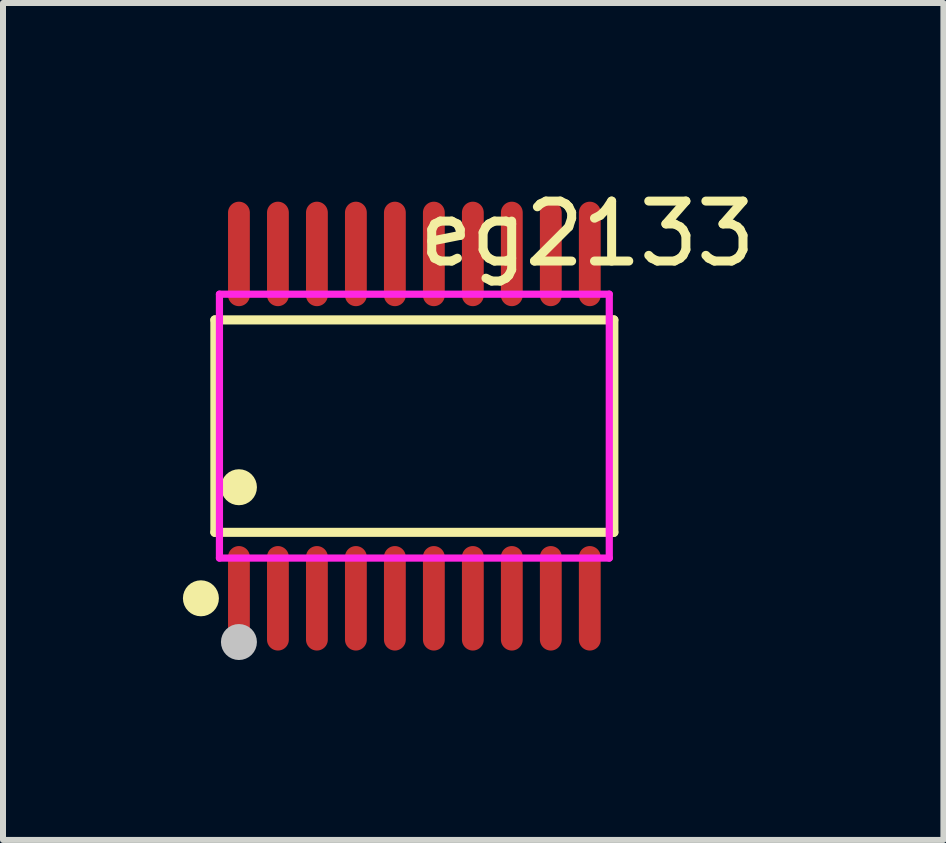
<source format=kicad_pcb>
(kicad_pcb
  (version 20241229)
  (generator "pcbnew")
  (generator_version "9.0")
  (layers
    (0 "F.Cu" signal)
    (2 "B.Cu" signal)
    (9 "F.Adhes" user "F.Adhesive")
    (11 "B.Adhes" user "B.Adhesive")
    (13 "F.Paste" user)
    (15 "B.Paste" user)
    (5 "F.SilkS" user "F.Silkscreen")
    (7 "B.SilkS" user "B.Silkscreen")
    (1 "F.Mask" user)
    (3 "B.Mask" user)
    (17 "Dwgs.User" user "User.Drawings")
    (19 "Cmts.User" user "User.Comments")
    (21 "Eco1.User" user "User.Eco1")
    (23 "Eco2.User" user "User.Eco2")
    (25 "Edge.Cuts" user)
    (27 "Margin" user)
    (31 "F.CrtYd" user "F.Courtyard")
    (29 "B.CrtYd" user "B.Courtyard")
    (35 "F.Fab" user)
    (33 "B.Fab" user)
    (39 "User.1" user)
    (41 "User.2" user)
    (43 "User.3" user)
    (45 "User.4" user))
  (footprint "eg2133"
    (layer "F.Cu")
    (at 3.859 4.055)
    (property "Reference" "eg2133" (at 0 -3.207 0) (layer "F.SilkS") (effects (font (size 1 1) (thickness 0.15)) (justify left)))
    (attr through_hole)
    (fp_line (start -3.326 -1.771) (end 3.326 -1.771) (stroke (width 0.152) (type solid)) (layer "F.SilkS"))
    (fp_line (start -3.326 1.771) (end -3.326 -1.771) (stroke (width 0.152) (type solid)) (layer "F.SilkS"))
    (fp_line (start 3.326 -1.771) (end 3.326 1.771) (stroke (width 0.152) (type solid)) (layer "F.SilkS"))
    (fp_line (start 3.326 1.771) (end -3.326 1.771) (stroke (width 0.152) (type solid)) (layer "F.SilkS"))
    (fp_circle (center -3.559 2.871) (end -3.409 2.871) (stroke (width 0.3) (type solid)) (fill no) (layer "F.SilkS"))
    (fp_circle (center -2.925 1.019) (end -2.775 1.019) (stroke (width 0.3) (type solid)) (fill no) (layer "F.SilkS"))
    (fp_circle (center -2.925 3.6) (end -2.775 3.6) (stroke (width 0.3) (type solid)) (fill no) (layer "Dwgs.User"))
    (fp_line (start -3.055 -2.61) (end -3.055 -2.19) (stroke (width 0.12) (type solid)) (layer "Eco2.User"))
    (fp_line (start -3.055 -2.19) (end -2.795 -2.19) (stroke (width 0.12) (type solid)) (layer "Eco2.User"))
    (fp_line (start -3.055 2.19) (end -2.795 2.19) (stroke (width 0.12) (type solid)) (layer "Eco2.User"))
    (fp_line (start -3.055 2.61) (end -3.055 2.19) (stroke (width 0.12) (type solid)) (layer "Eco2.User"))
    (fp_line (start -2.795 -2.61) (end -3.055 -2.61) (stroke (width 0.12) (type solid)) (layer "Eco2.User"))
    (fp_line (start -2.795 -2.19) (end -2.795 -2.61) (stroke (width 0.12) (type solid)) (layer "Eco2.User"))
    (fp_line (start -2.795 2.19) (end -2.795 2.61) (stroke (width 0.12) (type solid)) (layer "Eco2.User"))
    (fp_line (start -2.795 2.61) (end -3.055 2.61) (stroke (width 0.12) (type solid)) (layer "Eco2.User"))
    (fp_line (start -2.405 -2.61) (end -2.405 -2.19) (stroke (width 0.12) (type solid)) (layer "Eco2.User"))
    (fp_line (start -2.405 -2.19) (end -2.145 -2.19) (stroke (width 0.12) (type solid)) (layer "Eco2.User"))
    (fp_line (start -2.405 2.19) (end -2.145 2.19) (stroke (width 0.12) (type solid)) (layer "Eco2.User"))
    (fp_line (start -2.405 2.61) (end -2.405 2.19) (stroke (width 0.12) (type solid)) (layer "Eco2.User"))
    (fp_line (start -2.145 -2.61) (end -2.405 -2.61) (stroke (width 0.12) (type solid)) (layer "Eco2.User"))
    (fp_line (start -2.145 -2.19) (end -2.145 -2.61) (stroke (width 0.12) (type solid)) (layer "Eco2.User"))
    (fp_line (start -2.145 2.19) (end -2.145 2.61) (stroke (width 0.12) (type solid)) (layer "Eco2.User"))
    (fp_line (start -2.145 2.61) (end -2.405 2.61) (stroke (width 0.12) (type solid)) (layer "Eco2.User"))
    (fp_line (start -1.755 -2.61) (end -1.755 -2.19) (stroke (width 0.12) (type solid)) (layer "Eco2.User"))
    (fp_line (start -1.755 -2.19) (end -1.495 -2.19) (stroke (width 0.12) (type solid)) (layer "Eco2.User"))
    (fp_line (start -1.755 2.19) (end -1.495 2.19) (stroke (width 0.12) (type solid)) (layer "Eco2.User"))
    (fp_line (start -1.755 2.61) (end -1.755 2.19) (stroke (width 0.12) (type solid)) (layer "Eco2.User"))
    (fp_line (start -1.495 -2.61) (end -1.755 -2.61) (stroke (width 0.12) (type solid)) (layer "Eco2.User"))
    (fp_line (start -1.495 -2.19) (end -1.495 -2.61) (stroke (width 0.12) (type solid)) (layer "Eco2.User"))
    (fp_line (start -1.495 2.19) (end -1.495 2.61) (stroke (width 0.12) (type solid)) (layer "Eco2.User"))
    (fp_line (start -1.495 2.61) (end -1.755 2.61) (stroke (width 0.12) (type solid)) (layer "Eco2.User"))
    (fp_line (start -1.105 -2.61) (end -1.105 -2.19) (stroke (width 0.12) (type solid)) (layer "Eco2.User"))
    (fp_line (start -1.105 -2.19) (end -0.845 -2.19) (stroke (width 0.12) (type solid)) (layer "Eco2.User"))
    (fp_line (start -1.105 2.19) (end -0.845 2.19) (stroke (width 0.12) (type solid)) (layer "Eco2.User"))
    (fp_line (start -1.105 2.61) (end -1.105 2.19) (stroke (width 0.12) (type solid)) (layer "Eco2.User"))
    (fp_line (start -0.845 -2.61) (end -1.105 -2.61) (stroke (width 0.12) (type solid)) (layer "Eco2.User"))
    (fp_line (start -0.845 -2.19) (end -0.845 -2.61) (stroke (width 0.12) (type solid)) (layer "Eco2.User"))
    (fp_line (start -0.845 2.19) (end -0.845 2.61) (stroke (width 0.12) (type solid)) (layer "Eco2.User"))
    (fp_line (start -0.845 2.61) (end -1.105 2.61) (stroke (width 0.12) (type solid)) (layer "Eco2.User"))
    (fp_line (start -0.455 -2.61) (end -0.455 -2.19) (stroke (width 0.12) (type solid)) (layer "Eco2.User"))
    (fp_line (start -0.455 -2.19) (end -0.195 -2.19) (stroke (width 0.12) (type solid)) (layer "Eco2.User"))
    (fp_line (start -0.455 2.19) (end -0.195 2.19) (stroke (width 0.12) (type solid)) (layer "Eco2.User"))
    (fp_line (start -0.455 2.61) (end -0.455 2.19) (stroke (width 0.12) (type solid)) (layer "Eco2.User"))
    (fp_line (start -0.195 -2.61) (end -0.455 -2.61) (stroke (width 0.12) (type solid)) (layer "Eco2.User"))
    (fp_line (start -0.195 -2.19) (end -0.195 -2.61) (stroke (width 0.12) (type solid)) (layer "Eco2.User"))
    (fp_line (start -0.195 2.19) (end -0.195 2.61) (stroke (width 0.12) (type solid)) (layer "Eco2.User"))
    (fp_line (start -0.195 2.61) (end -0.455 2.61) (stroke (width 0.12) (type solid)) (layer "Eco2.User"))
    (fp_line (start 0.195 -2.61) (end 0.195 -2.19) (stroke (width 0.12) (type solid)) (layer "Eco2.User"))
    (fp_line (start 0.195 -2.19) (end 0.455 -2.19) (stroke (width 0.12) (type solid)) (layer "Eco2.User"))
    (fp_line (start 0.195 2.19) (end 0.455 2.19) (stroke (width 0.12) (type solid)) (layer "Eco2.User"))
    (fp_line (start 0.195 2.61) (end 0.195 2.19) (stroke (width 0.12) (type solid)) (layer "Eco2.User"))
    (fp_line (start 0.455 -2.61) (end 0.195 -2.61) (stroke (width 0.12) (type solid)) (layer "Eco2.User"))
    (fp_line (start 0.455 -2.19) (end 0.455 -2.61) (stroke (width 0.12) (type solid)) (layer "Eco2.User"))
    (fp_line (start 0.455 2.19) (end 0.455 2.61) (stroke (width 0.12) (type solid)) (layer "Eco2.User"))
    (fp_line (start 0.455 2.61) (end 0.195 2.61) (stroke (width 0.12) (type solid)) (layer "Eco2.User"))
    (fp_line (start 0.845 -2.61) (end 0.845 -2.19) (stroke (width 0.12) (type solid)) (layer "Eco2.User"))
    (fp_line (start 0.845 -2.19) (end 1.105 -2.19) (stroke (width 0.12) (type solid)) (layer "Eco2.User"))
    (fp_line (start 0.845 2.19) (end 1.105 2.19) (stroke (width 0.12) (type solid)) (layer "Eco2.User"))
    (fp_line (start 0.845 2.61) (end 0.845 2.19) (stroke (width 0.12) (type solid)) (layer "Eco2.User"))
    (fp_line (start 1.105 -2.61) (end 0.845 -2.61) (stroke (width 0.12) (type solid)) (layer "Eco2.User"))
    (fp_line (start 1.105 -2.19) (end 1.105 -2.61) (stroke (width 0.12) (type solid)) (layer "Eco2.User"))
    (fp_line (start 1.105 2.19) (end 1.105 2.61) (stroke (width 0.12) (type solid)) (layer "Eco2.User"))
    (fp_line (start 1.105 2.61) (end 0.845 2.61) (stroke (width 0.12) (type solid)) (layer "Eco2.User"))
    (fp_line (start 1.495 -2.61) (end 1.495 -2.19) (stroke (width 0.12) (type solid)) (layer "Eco2.User"))
    (fp_line (start 1.495 -2.19) (end 1.755 -2.19) (stroke (width 0.12) (type solid)) (layer "Eco2.User"))
    (fp_line (start 1.495 2.19) (end 1.755 2.19) (stroke (width 0.12) (type solid)) (layer "Eco2.User"))
    (fp_line (start 1.495 2.61) (end 1.495 2.19) (stroke (width 0.12) (type solid)) (layer "Eco2.User"))
    (fp_line (start 1.755 -2.61) (end 1.495 -2.61) (stroke (width 0.12) (type solid)) (layer "Eco2.User"))
    (fp_line (start 1.755 -2.19) (end 1.755 -2.61) (stroke (width 0.12) (type solid)) (layer "Eco2.User"))
    (fp_line (start 1.755 2.19) (end 1.755 2.61) (stroke (width 0.12) (type solid)) (layer "Eco2.User"))
    (fp_line (start 1.755 2.61) (end 1.495 2.61) (stroke (width 0.12) (type solid)) (layer "Eco2.User"))
    (fp_line (start 2.145 -2.61) (end 2.145 -2.19) (stroke (width 0.12) (type solid)) (layer "Eco2.User"))
    (fp_line (start 2.145 -2.19) (end 2.405 -2.19) (stroke (width 0.12) (type solid)) (layer "Eco2.User"))
    (fp_line (start 2.145 2.19) (end 2.405 2.19) (stroke (width 0.12) (type solid)) (layer "Eco2.User"))
    (fp_line (start 2.145 2.61) (end 2.145 2.19) (stroke (width 0.12) (type solid)) (layer "Eco2.User"))
    (fp_line (start 2.405 -2.61) (end 2.145 -2.61) (stroke (width 0.12) (type solid)) (layer "Eco2.User"))
    (fp_line (start 2.405 -2.19) (end 2.405 -2.61) (stroke (width 0.12) (type solid)) (layer "Eco2.User"))
    (fp_line (start 2.405 2.19) (end 2.405 2.61) (stroke (width 0.12) (type solid)) (layer "Eco2.User"))
    (fp_line (start 2.405 2.61) (end 2.145 2.61) (stroke (width 0.12) (type solid)) (layer "Eco2.User"))
    (fp_line (start 2.795 -2.61) (end 2.795 -2.19) (stroke (width 0.12) (type solid)) (layer "Eco2.User"))
    (fp_line (start 2.795 -2.19) (end 3.055 -2.19) (stroke (width 0.12) (type solid)) (layer "Eco2.User"))
    (fp_line (start 2.795 2.19) (end 3.055 2.19) (stroke (width 0.12) (type solid)) (layer "Eco2.User"))
    (fp_line (start 2.795 2.61) (end 2.795 2.19) (stroke (width 0.12) (type solid)) (layer "Eco2.User"))
    (fp_line (start 3.055 -2.61) (end 2.795 -2.61) (stroke (width 0.12) (type solid)) (layer "Eco2.User"))
    (fp_line (start 3.055 -2.19) (end 3.055 -2.61) (stroke (width 0.12) (type solid)) (layer "Eco2.User"))
    (fp_line (start 3.055 2.19) (end 3.055 2.61) (stroke (width 0.12) (type solid)) (layer "Eco2.User"))
    (fp_line (start 3.055 2.61) (end 2.795 2.61) (stroke (width 0.12) (type solid)) (layer "Eco2.User"))
    (fp_circle (center -3.25 3.2) (end -3.22 3.2) (stroke (width 0.06) (type solid)) (fill no) (layer "Eco2.User"))
    (fp_poly (pts (xy -3.055 -3.2) (xy -3.055 -2.6) (xy -2.795 -2.6) (xy -2.795 -3.2)) (stroke (width 0.12) (type solid)) (fill no) (layer "Eco2.User"))
    (fp_poly (pts (xy -3.055 3.2) (xy -3.055 2.6) (xy -2.795 2.6) (xy -2.795 3.2)) (stroke (width 0.12) (type solid)) (fill no) (layer "Eco2.User"))
    (fp_poly (pts (xy -2.405 -3.2) (xy -2.405 -2.6) (xy -2.145 -2.6) (xy -2.145 -3.2)) (stroke (width 0.12) (type solid)) (fill no) (layer "Eco2.User"))
    (fp_poly (pts (xy -2.405 3.2) (xy -2.405 2.6) (xy -2.145 2.6) (xy -2.145 3.2)) (stroke (width 0.12) (type solid)) (fill no) (layer "Eco2.User"))
    (fp_poly (pts (xy -1.755 -3.2) (xy -1.755 -2.6) (xy -1.495 -2.6) (xy -1.495 -3.2)) (stroke (width 0.12) (type solid)) (fill no) (layer "Eco2.User"))
    (fp_poly (pts (xy -1.755 3.2) (xy -1.755 2.6) (xy -1.495 2.6) (xy -1.495 3.2)) (stroke (width 0.12) (type solid)) (fill no) (layer "Eco2.User"))
    (fp_poly (pts (xy -1.105 -3.2) (xy -1.105 -2.6) (xy -0.845 -2.6) (xy -0.845 -3.2)) (stroke (width 0.12) (type solid)) (fill no) (layer "Eco2.User"))
    (fp_poly (pts (xy -1.105 3.2) (xy -1.105 2.6) (xy -0.845 2.6) (xy -0.845 3.2)) (stroke (width 0.12) (type solid)) (fill no) (layer "Eco2.User"))
    (fp_poly (pts (xy -0.455 -3.2) (xy -0.455 -2.6) (xy -0.195 -2.6) (xy -0.195 -3.2)) (stroke (width 0.12) (type solid)) (fill no) (layer "Eco2.User"))
    (fp_poly (pts (xy -0.455 3.2) (xy -0.455 2.6) (xy -0.195 2.6) (xy -0.195 3.2)) (stroke (width 0.12) (type solid)) (fill no) (layer "Eco2.User"))
    (fp_poly (pts (xy 0.195 -3.2) (xy 0.195 -2.6) (xy 0.455 -2.6) (xy 0.455 -3.2)) (stroke (width 0.12) (type solid)) (fill no) (layer "Eco2.User"))
    (fp_poly (pts (xy 0.195 3.2) (xy 0.195 2.6) (xy 0.455 2.6) (xy 0.455 3.2)) (stroke (width 0.12) (type solid)) (fill no) (layer "Eco2.User"))
    (fp_poly (pts (xy 0.845 -3.2) (xy 0.845 -2.6) (xy 1.105 -2.6) (xy 1.105 -3.2)) (stroke (width 0.12) (type solid)) (fill no) (layer "Eco2.User"))
    (fp_poly (pts (xy 0.845 3.2) (xy 0.845 2.6) (xy 1.105 2.6) (xy 1.105 3.2)) (stroke (width 0.12) (type solid)) (fill no) (layer "Eco2.User"))
    (fp_poly (pts (xy 1.495 -3.2) (xy 1.495 -2.6) (xy 1.755 -2.6) (xy 1.755 -3.2)) (stroke (width 0.12) (type solid)) (fill no) (layer "Eco2.User"))
    (fp_poly (pts (xy 1.495 3.2) (xy 1.495 2.6) (xy 1.755 2.6) (xy 1.755 3.2)) (stroke (width 0.12) (type solid)) (fill no) (layer "Eco2.User"))
    (fp_poly (pts (xy 2.145 -3.2) (xy 2.145 -2.6) (xy 2.405 -2.6) (xy 2.405 -3.2)) (stroke (width 0.12) (type solid)) (fill no) (layer "Eco2.User"))
    (fp_poly (pts (xy 2.145 3.2) (xy 2.145 2.6) (xy 2.405 2.6) (xy 2.405 3.2)) (stroke (width 0.12) (type solid)) (fill no) (layer "Eco2.User"))
    (fp_poly (pts (xy 2.795 -3.2) (xy 2.795 -2.6) (xy 3.055 -2.6) (xy 3.055 -3.2)) (stroke (width 0.12) (type solid)) (fill no) (layer "Eco2.User"))
    (fp_poly (pts (xy 2.795 3.2) (xy 2.795 2.6) (xy 3.055 2.6) (xy 3.055 3.2)) (stroke (width 0.12) (type solid)) (fill no) (layer "Eco2.User"))
    (fp_line (start -3.25 -2.2) (end 3.25 -2.2) (stroke (width 0.12) (type solid)) (layer "F.CrtYd"))
    (fp_line (start -3.25 2.2) (end -3.25 -2.2) (stroke (width 0.12) (type solid)) (layer "F.CrtYd"))
    (fp_line (start 3.25 -2.2) (end 3.25 2.2) (stroke (width 0.12) (type solid)) (layer "F.CrtYd"))
    (fp_line (start 3.25 2.2) (end -3.25 2.2) (stroke (width 0.12) (type solid)) (layer "F.CrtYd"))
    (pad "1" smd oval (at -2.925 2.871) (size 0.364 1.742) (layers "F.Cu" "F.Mask" "F.Paste"))
    (pad "2" smd oval (at -2.275 2.871) (size 0.364 1.742) (layers "F.Cu" "F.Mask" "F.Paste"))
    (pad "3" smd oval (at -1.625 2.871) (size 0.364 1.742) (layers "F.Cu" "F.Mask" "F.Paste"))
    (pad "4" smd oval (at -0.975 2.871) (size 0.364 1.742) (layers "F.Cu" "F.Mask" "F.Paste"))
    (pad "5" smd oval (at -0.325 2.871) (size 0.364 1.742) (layers "F.Cu" "F.Mask" "F.Paste"))
    (pad "6" smd oval (at 0.325 2.871) (size 0.364 1.742) (layers "F.Cu" "F.Mask" "F.Paste"))
    (pad "7" smd oval (at 0.975 2.871) (size 0.364 1.742) (layers "F.Cu" "F.Mask" "F.Paste"))
    (pad "8" smd oval (at 1.625 2.871) (size 0.364 1.742) (layers "F.Cu" "F.Mask" "F.Paste"))
    (pad "9" smd oval (at 2.275 2.871) (size 0.364 1.742) (layers "F.Cu" "F.Mask" "F.Paste"))
    (pad "10" smd oval (at 2.925 2.871) (size 0.364 1.742) (layers "F.Cu" "F.Mask" "F.Paste"))
    (pad "11" smd oval (at 2.925 -2.871) (size 0.364 1.742) (layers "F.Cu" "F.Mask" "F.Paste"))
    (pad "12" smd oval (at 2.275 -2.871) (size 0.364 1.742) (layers "F.Cu" "F.Mask" "F.Paste"))
    (pad "13" smd oval (at 1.625 -2.871) (size 0.364 1.742) (layers "F.Cu" "F.Mask" "F.Paste"))
    (pad "14" smd oval (at 0.975 -2.871) (size 0.364 1.742) (layers "F.Cu" "F.Mask" "F.Paste"))
    (pad "15" smd oval (at 0.325 -2.871) (size 0.364 1.742) (layers "F.Cu" "F.Mask" "F.Paste"))
    (pad "16" smd oval (at -0.325 -2.871) (size 0.364 1.742) (layers "F.Cu" "F.Mask" "F.Paste"))
    (pad "17" smd oval (at -0.975 -2.871) (size 0.364 1.742) (layers "F.Cu" "F.Mask" "F.Paste"))
    (pad "18" smd oval (at -1.625 -2.871) (size 0.364 1.742) (layers "F.Cu" "F.Mask" "F.Paste"))
    (pad "19" smd oval (at -2.275 -2.871) (size 0.364 1.742) (layers "F.Cu" "F.Mask" "F.Paste"))
    (pad "20" smd oval (at -2.925 -2.871) (size 0.364 1.742) (layers "F.Cu" "F.Mask" "F.Paste")))
  (gr_rect
    (start -3 -3)
    (end 12.68 10.955)
    (stroke (width 0.1) (type default))
    (fill no)
    (layer "Edge.Cuts")))
</source>
